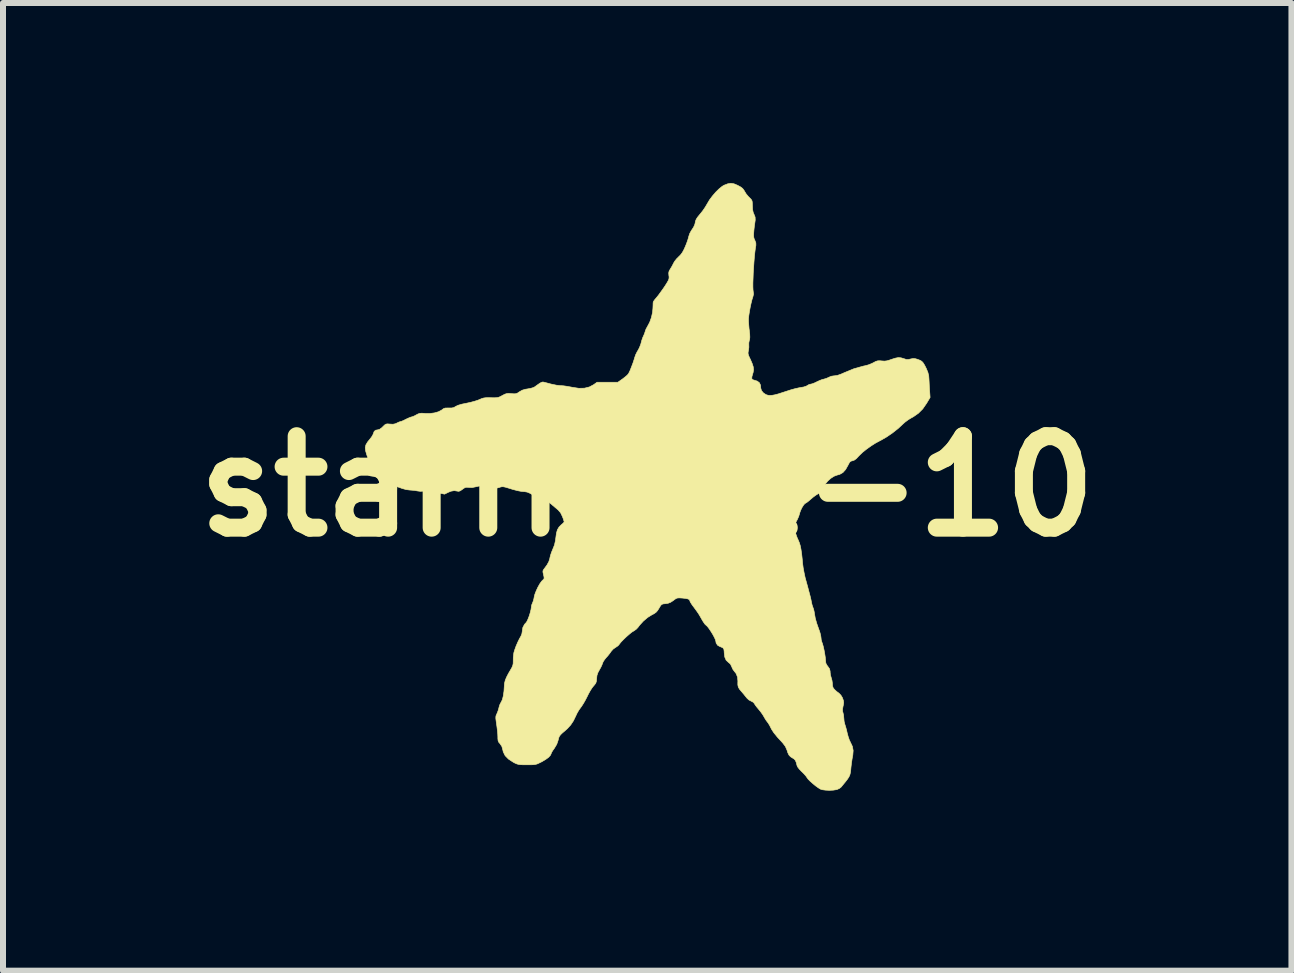
<source format=kicad_pcb>
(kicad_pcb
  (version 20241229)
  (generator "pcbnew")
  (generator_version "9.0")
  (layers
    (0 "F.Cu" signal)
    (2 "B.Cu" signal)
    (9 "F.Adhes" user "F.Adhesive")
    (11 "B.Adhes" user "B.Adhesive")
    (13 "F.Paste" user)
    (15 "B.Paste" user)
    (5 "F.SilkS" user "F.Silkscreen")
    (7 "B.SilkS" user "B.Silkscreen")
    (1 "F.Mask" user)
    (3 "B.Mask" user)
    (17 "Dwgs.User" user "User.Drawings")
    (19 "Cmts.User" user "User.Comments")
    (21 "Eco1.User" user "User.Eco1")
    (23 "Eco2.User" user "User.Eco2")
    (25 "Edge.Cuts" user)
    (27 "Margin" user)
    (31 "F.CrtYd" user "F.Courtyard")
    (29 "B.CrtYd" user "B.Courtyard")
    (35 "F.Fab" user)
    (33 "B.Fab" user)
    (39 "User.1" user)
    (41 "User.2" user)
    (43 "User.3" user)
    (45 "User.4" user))
  (footprint "starfish2-10"
    (layer "F.Cu")
    (at 7.736 5.054)
    (property "Reference" "starfish2-10" (at 0 0 0) (layer "F.SilkS") (effects (font (size 1.524 1.524) (thickness 0.3))))
    (attr through_hole)
    (fp_poly (pts (xy 1.446 -5.041) (xy 1.508 -5.015) (xy 1.511 -5.013) (xy 1.559 -4.987) (xy 1.59 -4.963) (xy 1.612 -4.934) (xy 1.623 -4.915) (xy 1.65 -4.871) (xy 1.687 -4.827) (xy 1.702 -4.812) (xy 1.728 -4.786) (xy 1.743 -4.766) (xy 1.75 -4.741) (xy 1.752 -4.703) (xy 1.753 -4.675) (xy 1.756 -4.612) (xy 1.766 -4.564) (xy 1.779 -4.534) (xy 1.798 -4.486) (xy 1.8 -4.439) (xy 1.799 -4.429) (xy 1.786 -4.338) (xy 1.778 -4.268) (xy 1.774 -4.215) (xy 1.773 -4.176) (xy 1.776 -4.146) (xy 1.783 -4.122) (xy 1.793 -4.101) (xy 1.81 -4.057) (xy 1.811 -4.018) (xy 1.81 -4.01) (xy 1.802 -3.964) (xy 1.794 -3.901) (xy 1.786 -3.824) (xy 1.779 -3.738) (xy 1.773 -3.647) (xy 1.767 -3.556) (xy 1.764 -3.469) (xy 1.761 -3.39) (xy 1.761 -3.324) (xy 1.763 -3.274) (xy 1.766 -3.249) (xy 1.772 -3.204) (xy 1.761 -3.158) (xy 1.76 -3.154) (xy 1.746 -3.111) (xy 1.731 -3.051) (xy 1.716 -2.981) (xy 1.703 -2.91) (xy 1.693 -2.845) (xy 1.688 -2.793) (xy 1.688 -2.788) (xy 1.688 -2.746) (xy 1.692 -2.689) (xy 1.697 -2.627) (xy 1.701 -2.6) (xy 1.708 -2.534) (xy 1.71 -2.486) (xy 1.707 -2.451) (xy 1.701 -2.431) (xy 1.693 -2.391) (xy 1.693 -2.354) (xy 1.693 -2.352) (xy 1.694 -2.318) (xy 1.689 -2.275) (xy 1.687 -2.264) (xy 1.681 -2.234) (xy 1.681 -2.209) (xy 1.689 -2.18) (xy 1.707 -2.139) (xy 1.718 -2.118) (xy 1.749 -2.046) (xy 1.767 -1.99) (xy 1.772 -1.942) (xy 1.765 -1.897) (xy 1.759 -1.878) (xy 1.745 -1.829) (xy 1.742 -1.798) (xy 1.751 -1.78) (xy 1.774 -1.771) (xy 1.775 -1.771) (xy 1.833 -1.753) (xy 1.869 -1.726) (xy 1.888 -1.686) (xy 1.892 -1.636) (xy 1.904 -1.595) (xy 1.935 -1.557) (xy 1.978 -1.528) (xy 2.013 -1.517) (xy 2.044 -1.514) (xy 2.08 -1.516) (xy 2.125 -1.524) (xy 2.183 -1.539) (xy 2.257 -1.563) (xy 2.334 -1.588) (xy 2.399 -1.609) (xy 2.465 -1.627) (xy 2.523 -1.64) (xy 2.556 -1.646) (xy 2.608 -1.655) (xy 2.65 -1.669) (xy 2.666 -1.678) (xy 2.697 -1.696) (xy 2.724 -1.702) (xy 2.75 -1.708) (xy 2.789 -1.723) (xy 2.822 -1.739) (xy 2.869 -1.761) (xy 2.915 -1.779) (xy 2.941 -1.785) (xy 2.985 -1.798) (xy 3.026 -1.816) (xy 3.029 -1.818) (xy 3.068 -1.834) (xy 3.115 -1.841) (xy 3.122 -1.841) (xy 3.17 -1.848) (xy 3.232 -1.87) (xy 3.284 -1.893) (xy 3.447 -1.96) (xy 3.606 -2.004) (xy 3.628 -2.008) (xy 3.684 -2.023) (xy 3.742 -2.046) (xy 3.768 -2.059) (xy 3.809 -2.081) (xy 3.842 -2.091) (xy 3.879 -2.092) (xy 3.908 -2.089) (xy 3.955 -2.086) (xy 3.996 -2.091) (xy 4.043 -2.105) (xy 4.067 -2.114) (xy 4.133 -2.135) (xy 4.184 -2.145) (xy 4.23 -2.141) (xy 4.279 -2.126) (xy 4.28 -2.126) (xy 4.319 -2.113) (xy 4.352 -2.113) (xy 4.387 -2.121) (xy 4.427 -2.129) (xy 4.461 -2.128) (xy 4.505 -2.116) (xy 4.506 -2.115) (xy 4.546 -2.1) (xy 4.575 -2.083) (xy 4.599 -2.057) (xy 4.623 -2.018) (xy 4.651 -1.962) (xy 4.677 -1.899) (xy 4.691 -1.844) (xy 4.695 -1.791) (xy 4.698 -1.738) (xy 4.701 -1.672) (xy 4.705 -1.606) (xy 4.706 -1.594) (xy 4.714 -1.48) (xy 4.656 -1.383) (xy 4.591 -1.289) (xy 4.519 -1.217) (xy 4.436 -1.159) (xy 4.405 -1.142) (xy 4.353 -1.111) (xy 4.3 -1.072) (xy 4.267 -1.043) (xy 4.182 -0.964) (xy 4.086 -0.888) (xy 3.986 -0.82) (xy 3.892 -0.766) (xy 3.872 -0.756) (xy 3.805 -0.72) (xy 3.731 -0.673) (xy 3.658 -0.621) (xy 3.591 -0.568) (xy 3.539 -0.518) (xy 3.525 -0.504) (xy 3.485 -0.461) (xy 3.451 -0.436) (xy 3.422 -0.426) (xy 3.394 -0.418) (xy 3.374 -0.402) (xy 3.356 -0.37) (xy 3.347 -0.352) (xy 3.306 -0.279) (xy 3.261 -0.229) (xy 3.207 -0.198) (xy 3.162 -0.186) (xy 3.112 -0.167) (xy 3.058 -0.132) (xy 3.008 -0.087) (xy 2.969 -0.037) (xy 2.952 -0.004) (xy 2.928 0.051) (xy 2.901 0.088) (xy 2.863 0.117) (xy 2.841 0.129) (xy 2.807 0.15) (xy 2.764 0.182) (xy 2.724 0.216) (xy 2.688 0.247) (xy 2.66 0.269) (xy 2.643 0.279) (xy 2.643 0.279) (xy 2.625 0.29) (xy 2.602 0.318) (xy 2.578 0.357) (xy 2.557 0.401) (xy 2.542 0.442) (xy 2.54 0.451) (xy 2.524 0.503) (xy 2.5 0.557) (xy 2.489 0.577) (xy 2.467 0.617) (xy 2.454 0.654) (xy 2.451 0.67) (xy 2.457 0.721) (xy 2.473 0.784) (xy 2.497 0.852) (xy 2.52 0.904) (xy 2.536 0.943) (xy 2.55 0.989) (xy 2.562 1.048) (xy 2.573 1.121) (xy 2.583 1.213) (xy 2.59 1.289) (xy 2.599 1.358) (xy 2.614 1.439) (xy 2.631 1.519) (xy 2.641 1.556) (xy 2.672 1.668) (xy 2.696 1.759) (xy 2.715 1.83) (xy 2.728 1.885) (xy 2.736 1.925) (xy 2.738 1.937) (xy 2.748 1.979) (xy 2.76 2.015) (xy 2.762 2.019) (xy 2.773 2.05) (xy 2.783 2.094) (xy 2.787 2.121) (xy 2.801 2.201) (xy 2.826 2.288) (xy 2.862 2.39) (xy 2.865 2.397) (xy 2.881 2.446) (xy 2.892 2.493) (xy 2.896 2.522) (xy 2.9 2.561) (xy 2.91 2.594) (xy 2.91 2.595) (xy 2.921 2.624) (xy 2.934 2.671) (xy 2.947 2.729) (xy 2.958 2.79) (xy 2.967 2.848) (xy 2.971 2.893) (xy 2.972 2.905) (xy 2.977 2.949) (xy 2.998 2.987) (xy 3.01 3.002) (xy 3.038 3.042) (xy 3.048 3.083) (xy 3.048 3.096) (xy 3.053 3.143) (xy 3.066 3.189) (xy 3.067 3.192) (xy 3.079 3.235) (xy 3.086 3.284) (xy 3.086 3.296) (xy 3.089 3.33) (xy 3.099 3.359) (xy 3.121 3.387) (xy 3.157 3.42) (xy 3.198 3.451) (xy 3.227 3.481) (xy 3.252 3.522) (xy 3.258 3.538) (xy 3.271 3.576) (xy 3.274 3.608) (xy 3.268 3.647) (xy 3.264 3.663) (xy 3.255 3.713) (xy 3.256 3.751) (xy 3.262 3.772) (xy 3.272 3.813) (xy 3.276 3.86) (xy 3.277 3.869) (xy 3.281 3.917) (xy 3.293 3.965) (xy 3.295 3.972) (xy 3.307 4.009) (xy 3.321 4.06) (xy 3.333 4.113) (xy 3.348 4.169) (xy 3.367 4.225) (xy 3.386 4.265) (xy 3.419 4.335) (xy 3.432 4.404) (xy 3.426 4.481) (xy 3.422 4.5) (xy 3.413 4.55) (xy 3.404 4.613) (xy 3.396 4.679) (xy 3.394 4.7) (xy 3.39 4.745) (xy 3.384 4.781) (xy 3.376 4.812) (xy 3.362 4.842) (xy 3.34 4.877) (xy 3.308 4.919) (xy 3.263 4.974) (xy 3.232 5.012) (xy 3.203 5.035) (xy 3.164 5.053) (xy 3.156 5.055) (xy 3.1 5.064) (xy 3.036 5.067) (xy 2.973 5.064) (xy 2.919 5.057) (xy 2.887 5.047) (xy 2.851 5.025) (xy 2.805 4.992) (xy 2.758 4.953) (xy 2.714 4.914) (xy 2.68 4.879) (xy 2.662 4.854) (xy 2.644 4.828) (xy 2.613 4.793) (xy 2.576 4.756) (xy 2.573 4.754) (xy 2.534 4.713) (xy 2.506 4.676) (xy 2.496 4.652) (xy 2.483 4.601) (xy 2.468 4.567) (xy 2.448 4.545) (xy 2.426 4.531) (xy 2.388 4.507) (xy 2.362 4.479) (xy 2.343 4.44) (xy 2.329 4.396) (xy 2.302 4.335) (xy 2.258 4.277) (xy 2.25 4.268) (xy 2.17 4.181) (xy 2.109 4.106) (xy 2.069 4.044) (xy 2.059 4.023) (xy 2.037 3.98) (xy 2.011 3.939) (xy 2.004 3.931) (xy 1.977 3.894) (xy 1.951 3.851) (xy 1.945 3.84) (xy 1.923 3.803) (xy 1.89 3.757) (xy 1.855 3.714) (xy 1.823 3.676) (xy 1.798 3.642) (xy 1.785 3.62) (xy 1.784 3.619) (xy 1.768 3.6) (xy 1.738 3.583) (xy 1.733 3.581) (xy 1.695 3.561) (xy 1.662 3.531) (xy 1.661 3.529) (xy 1.637 3.5) (xy 1.605 3.46) (xy 1.572 3.422) (xy 1.537 3.38) (xy 1.518 3.346) (xy 1.51 3.31) (xy 1.51 3.263) (xy 1.511 3.248) (xy 1.505 3.18) (xy 1.481 3.12) (xy 1.454 3.086) (xy 1.429 3.053) (xy 1.41 3.012) (xy 1.409 3.008) (xy 1.386 2.962) (xy 1.353 2.934) (xy 1.315 2.898) (xy 1.292 2.845) (xy 1.283 2.774) (xy 1.283 2.761) (xy 1.278 2.717) (xy 1.26 2.691) (xy 1.223 2.675) (xy 1.216 2.673) (xy 1.175 2.651) (xy 1.149 2.614) (xy 1.143 2.581) (xy 1.136 2.555) (xy 1.117 2.514) (xy 1.091 2.466) (xy 1.06 2.416) (xy 1.029 2.37) (xy 1.002 2.335) (xy 0.984 2.319) (xy 0.961 2.297) (xy 0.935 2.26) (xy 0.914 2.225) (xy 0.884 2.172) (xy 0.855 2.123) (xy 0.82 2.073) (xy 0.776 2.013) (xy 0.765 1.999) (xy 0.738 1.961) (xy 0.719 1.93) (xy 0.711 1.912) (xy 0.711 1.911) (xy 0.704 1.892) (xy 0.682 1.878) (xy 0.64 1.869) (xy 0.588 1.863) (xy 0.54 1.86) (xy 0.508 1.861) (xy 0.483 1.869) (xy 0.456 1.887) (xy 0.436 1.903) (xy 0.39 1.933) (xy 0.347 1.95) (xy 0.305 1.956) (xy 0.267 1.96) (xy 0.243 1.968) (xy 0.225 1.986) (xy 0.205 2.018) (xy 0.197 2.032) (xy 0.172 2.072) (xy 0.146 2.101) (xy 0.111 2.125) (xy 0.076 2.143) (xy 0.007 2.186) (xy -0.064 2.246) (xy -0.127 2.315) (xy -0.156 2.354) (xy -0.183 2.382) (xy -0.219 2.408) (xy -0.228 2.413) (xy -0.26 2.433) (xy -0.301 2.467) (xy -0.348 2.508) (xy -0.393 2.551) (xy -0.433 2.592) (xy -0.46 2.625) (xy -0.467 2.635) (xy -0.486 2.657) (xy -0.519 2.68) (xy -0.529 2.686) (xy -0.567 2.713) (xy -0.599 2.748) (xy -0.603 2.754) (xy -0.627 2.788) (xy -0.659 2.828) (xy -0.682 2.853) (xy -0.712 2.89) (xy -0.735 2.926) (xy -0.743 2.946) (xy -0.754 2.976) (xy -0.773 3.017) (xy -0.795 3.056) (xy -0.823 3.108) (xy -0.838 3.154) (xy -0.843 3.204) (xy -0.847 3.249) (xy -0.857 3.28) (xy -0.877 3.308) (xy -0.892 3.325) (xy -0.917 3.356) (xy -0.948 3.404) (xy -0.979 3.46) (xy -0.998 3.499) (xy -1.028 3.558) (xy -1.061 3.616) (xy -1.091 3.663) (xy -1.106 3.684) (xy -1.138 3.728) (xy -1.17 3.783) (xy -1.189 3.824) (xy -1.23 3.909) (xy -1.275 3.977) (xy -1.33 4.038) (xy -1.367 4.071) (xy -1.413 4.11) (xy -1.444 4.14) (xy -1.463 4.165) (xy -1.475 4.192) (xy -1.483 4.226) (xy -1.486 4.237) (xy -1.508 4.3) (xy -1.547 4.365) (xy -1.55 4.37) (xy -1.576 4.406) (xy -1.594 4.437) (xy -1.6 4.453) (xy -1.612 4.481) (xy -1.643 4.516) (xy -1.692 4.552) (xy -1.754 4.589) (xy -1.76 4.592) (xy -1.803 4.613) (xy -1.836 4.628) (xy -1.867 4.636) (xy -1.902 4.64) (xy -1.95 4.641) (xy -2.005 4.641) (xy -2.07 4.641) (xy -2.115 4.639) (xy -2.149 4.634) (xy -2.178 4.625) (xy -2.209 4.611) (xy -2.233 4.598) (xy -2.312 4.546) (xy -2.368 4.489) (xy -2.399 4.426) (xy -2.407 4.392) (xy -2.422 4.336) (xy -2.451 4.293) (xy -2.452 4.291) (xy -2.474 4.266) (xy -2.485 4.241) (xy -2.489 4.205) (xy -2.489 4.177) (xy -2.491 4.13) (xy -2.497 4.068) (xy -2.505 4.002) (xy -2.51 3.97) (xy -2.518 3.911) (xy -2.523 3.871) (xy -2.523 3.843) (xy -2.519 3.821) (xy -2.509 3.799) (xy -2.505 3.79) (xy -2.486 3.743) (xy -2.472 3.694) (xy -2.471 3.687) (xy -2.458 3.643) (xy -2.439 3.605) (xy -2.435 3.599) (xy -2.415 3.558) (xy -2.399 3.496) (xy -2.387 3.414) (xy -2.382 3.334) (xy -2.378 3.282) (xy -2.366 3.234) (xy -2.345 3.182) (xy -2.313 3.12) (xy -2.283 3.069) (xy -2.256 3.022) (xy -2.241 2.987) (xy -2.234 2.955) (xy -2.233 2.916) (xy -2.233 2.906) (xy -2.232 2.852) (xy -2.226 2.797) (xy -2.222 2.771) (xy -2.207 2.722) (xy -2.185 2.661) (xy -2.157 2.597) (xy -2.129 2.54) (xy -2.106 2.5) (xy -2.09 2.463) (xy -2.083 2.421) (xy -2.083 2.421) (xy -2.073 2.354) (xy -2.044 2.299) (xy -2.025 2.28) (xy -2.007 2.256) (xy -1.987 2.214) (xy -1.967 2.162) (xy -1.95 2.107) (xy -1.937 2.054) (xy -1.931 2.013) (xy -1.931 2.009) (xy -1.925 1.977) (xy -1.911 1.943) (xy -1.897 1.907) (xy -1.886 1.861) (xy -1.884 1.845) (xy -1.872 1.798) (xy -1.85 1.742) (xy -1.822 1.682) (xy -1.792 1.628) (xy -1.762 1.585) (xy -1.745 1.567) (xy -1.726 1.55) (xy -1.718 1.534) (xy -1.72 1.51) (xy -1.728 1.475) (xy -1.737 1.435) (xy -1.738 1.411) (xy -1.729 1.391) (xy -1.717 1.375) (xy -1.67 1.311) (xy -1.64 1.256) (xy -1.624 1.206) (xy -1.622 1.193) (xy -1.612 1.152) (xy -1.595 1.1) (xy -1.574 1.049) (xy -1.545 0.977) (xy -1.529 0.903) (xy -1.523 0.857) (xy -1.513 0.782) (xy -1.497 0.725) (xy -1.471 0.681) (xy -1.434 0.643) (xy -1.429 0.639) (xy -1.402 0.615) (xy -1.386 0.597) (xy -1.384 0.592) (xy -1.389 0.575) (xy -1.399 0.542) (xy -1.413 0.505) (xy -1.444 0.441) (xy -1.485 0.394) (xy -1.491 0.389) (xy -1.529 0.357) (xy -1.574 0.319) (xy -1.599 0.297) (xy -1.63 0.274) (xy -1.675 0.246) (xy -1.728 0.216) (xy -1.783 0.188) (xy -1.834 0.163) (xy -1.876 0.146) (xy -1.902 0.14) (xy -1.903 0.14) (xy -1.922 0.134) (xy -1.952 0.118) (xy -1.959 0.114) (xy -2 0.097) (xy -2.045 0.089) (xy -2.048 0.089) (xy -2.098 0.085) (xy -2.161 0.073) (xy -2.241 0.052) (xy -2.312 0.03) (xy -2.362 0.015) (xy -2.395 0.008) (xy -2.421 0.007) (xy -2.447 0.013) (xy -2.463 0.019) (xy -2.532 0.036) (xy -2.593 0.033) (xy -2.634 0.02) (xy -2.716 -0.004) (xy -2.792 -0.006) (xy -2.845 0.006) (xy -2.918 0.021) (xy -2.969 0.019) (xy -3.008 0.016) (xy -3.037 0.022) (xy -3.066 0.04) (xy -3.08 0.051) (xy -3.115 0.075) (xy -3.141 0.084) (xy -3.162 0.081) (xy -3.216 0.072) (xy -3.271 0.082) (xy -3.319 0.102) (xy -3.378 0.131) (xy -3.483 0.109) (xy -3.538 0.097) (xy -3.589 0.087) (xy -3.627 0.079) (xy -3.632 0.077) (xy -3.677 0.074) (xy -3.721 0.08) (xy -3.782 0.084) (xy -3.827 0.078) (xy -3.879 0.069) (xy -3.936 0.064) (xy -3.954 0.063) (xy -4.018 0.055) (xy -4.088 0.035) (xy -4.096 0.032) (xy -4.143 0.015) (xy -4.187 0.003) (xy -4.214 0.000058) (xy -4.256 -0.007) (xy -4.311 -0.026) (xy -4.37 -0.054) (xy -4.426 -0.086) (xy -4.47 -0.119) (xy -4.472 -0.121) (xy -4.518 -0.154) (xy -4.557 -0.165) (xy -4.613 -0.173) (xy -4.658 -0.193) (xy -4.685 -0.224) (xy -4.685 -0.224) (xy -4.692 -0.247) (xy -4.691 -0.274) (xy -4.683 -0.315) (xy -4.674 -0.352) (xy -4.647 -0.448) (xy -4.673 -0.522) (xy -4.693 -0.59) (xy -4.699 -0.643) (xy -4.689 -0.689) (xy -4.661 -0.737) (xy -4.622 -0.785) (xy -4.594 -0.821) (xy -4.573 -0.856) (xy -4.566 -0.873) (xy -4.55 -0.915) (xy -4.525 -0.935) (xy -4.495 -0.94) (xy -4.462 -0.948) (xy -4.423 -0.976) (xy -4.407 -0.992) (xy -4.376 -1.022) (xy -4.354 -1.036) (xy -4.329 -1.04) (xy -4.291 -1.037) (xy -4.288 -1.037) (xy -4.238 -1.034) (xy -4.198 -1.042) (xy -4.172 -1.054) (xy -4.138 -1.07) (xy -4.112 -1.079) (xy -4.107 -1.079) (xy -4.089 -1.085) (xy -4.055 -1.1) (xy -4.02 -1.118) (xy -3.979 -1.137) (xy -3.945 -1.151) (xy -3.927 -1.156) (xy -3.905 -1.162) (xy -3.872 -1.177) (xy -3.851 -1.189) (xy -3.818 -1.206) (xy -3.79 -1.215) (xy -3.758 -1.218) (xy -3.711 -1.215) (xy -3.702 -1.214) (xy -3.623 -1.213) (xy -3.546 -1.223) (xy -3.479 -1.242) (xy -3.426 -1.27) (xy -3.416 -1.278) (xy -3.393 -1.295) (xy -3.366 -1.304) (xy -3.326 -1.305) (xy -3.308 -1.305) (xy -3.259 -1.305) (xy -3.224 -1.312) (xy -3.194 -1.329) (xy -3.192 -1.331) (xy -3.152 -1.35) (xy -3.088 -1.369) (xy -3.013 -1.384) (xy -2.944 -1.399) (xy -2.877 -1.417) (xy -2.821 -1.435) (xy -2.799 -1.444) (xy -2.76 -1.461) (xy -2.727 -1.471) (xy -2.69 -1.476) (xy -2.641 -1.477) (xy -2.605 -1.476) (xy -2.547 -1.475) (xy -2.507 -1.477) (xy -2.477 -1.483) (xy -2.448 -1.495) (xy -2.415 -1.513) (xy -2.373 -1.535) (xy -2.341 -1.545) (xy -2.306 -1.548) (xy -2.264 -1.544) (xy -2.218 -1.541) (xy -2.188 -1.543) (xy -2.162 -1.553) (xy -2.131 -1.574) (xy -2.129 -1.575) (xy -2.084 -1.601) (xy -2.031 -1.617) (xy -1.992 -1.623) (xy -1.943 -1.632) (xy -1.901 -1.644) (xy -1.878 -1.655) (xy -1.825 -1.693) (xy -1.789 -1.718) (xy -1.763 -1.732) (xy -1.743 -1.738) (xy -1.725 -1.736) (xy -1.703 -1.73) (xy -1.698 -1.729) (xy -1.6 -1.703) (xy -1.514 -1.685) (xy -1.444 -1.677) (xy -1.432 -1.677) (xy -1.392 -1.674) (xy -1.337 -1.666) (xy -1.276 -1.655) (xy -1.25 -1.65) (xy -1.14 -1.633) (xy -1.046 -1.635) (xy -0.965 -1.655) (xy -0.895 -1.692) (xy -0.836 -1.734) (xy -0.489 -1.734) (xy -0.408 -1.791) (xy -0.367 -1.823) (xy -0.332 -1.853) (xy -0.312 -1.877) (xy -0.31 -1.88) (xy -0.287 -1.927) (xy -0.262 -1.99) (xy -0.237 -2.056) (xy -0.217 -2.117) (xy -0.21 -2.142) (xy -0.192 -2.194) (xy -0.166 -2.246) (xy -0.155 -2.263) (xy -0.13 -2.31) (xy -0.109 -2.364) (xy -0.103 -2.385) (xy -0.09 -2.434) (xy -0.073 -2.482) (xy -0.065 -2.499) (xy -0.047 -2.54) (xy -0.034 -2.579) (xy -0.033 -2.584) (xy -0.02 -2.62) (xy 0.002 -2.66) (xy 0.006 -2.667) (xy 0.041 -2.733) (xy 0.07 -2.814) (xy 0.089 -2.899) (xy 0.095 -2.965) (xy 0.097 -3.012) (xy 0.098 -3.05) (xy 0.1 -3.07) (xy 0.1 -3.07) (xy 0.109 -3.087) (xy 0.13 -3.116) (xy 0.156 -3.146) (xy 0.186 -3.183) (xy 0.223 -3.234) (xy 0.264 -3.291) (xy 0.29 -3.329) (xy 0.324 -3.382) (xy 0.346 -3.42) (xy 0.359 -3.447) (xy 0.364 -3.47) (xy 0.364 -3.494) (xy 0.361 -3.513) (xy 0.358 -3.555) (xy 0.365 -3.587) (xy 0.385 -3.621) (xy 0.386 -3.623) (xy 0.412 -3.666) (xy 0.435 -3.71) (xy 0.439 -3.719) (xy 0.459 -3.752) (xy 0.491 -3.792) (xy 0.522 -3.823) (xy 0.557 -3.858) (xy 0.586 -3.897) (xy 0.613 -3.947) (xy 0.634 -3.994) (xy 0.657 -4.051) (xy 0.676 -4.105) (xy 0.689 -4.149) (xy 0.692 -4.163) (xy 0.708 -4.212) (xy 0.736 -4.263) (xy 0.745 -4.276) (xy 0.772 -4.317) (xy 0.791 -4.359) (xy 0.797 -4.38) (xy 0.804 -4.417) (xy 0.816 -4.448) (xy 0.837 -4.482) (xy 0.871 -4.524) (xy 0.89 -4.547) (xy 0.928 -4.595) (xy 0.968 -4.654) (xy 0.998 -4.705) (xy 1.037 -4.771) (xy 1.087 -4.838) (xy 1.142 -4.902) (xy 1.198 -4.957) (xy 1.25 -4.999) (xy 1.28 -5.017) (xy 1.342 -5.041) (xy 1.394 -5.049) (xy 1.446 -5.041)) (stroke (width 0.01) (type solid)) (fill yes) (layer "F.SilkS")))
  (gr_rect
    (start -3 -3)
    (end 18.472 13.126)
    (stroke (width 0.1) (type default))
    (fill no)
    (layer "Edge.Cuts")))
</source>
